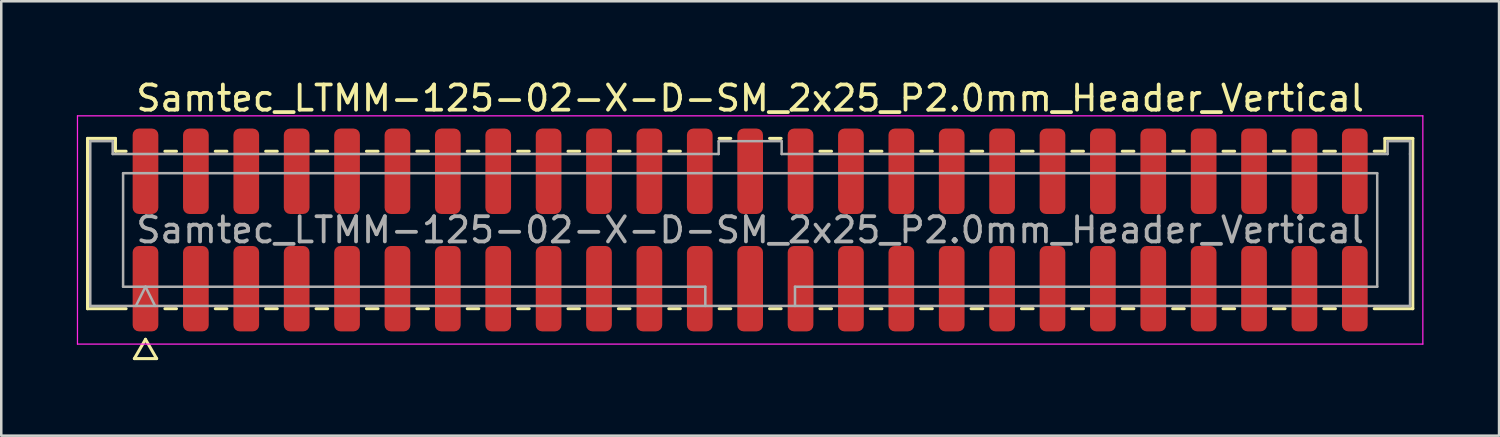
<source format=kicad_pcb>
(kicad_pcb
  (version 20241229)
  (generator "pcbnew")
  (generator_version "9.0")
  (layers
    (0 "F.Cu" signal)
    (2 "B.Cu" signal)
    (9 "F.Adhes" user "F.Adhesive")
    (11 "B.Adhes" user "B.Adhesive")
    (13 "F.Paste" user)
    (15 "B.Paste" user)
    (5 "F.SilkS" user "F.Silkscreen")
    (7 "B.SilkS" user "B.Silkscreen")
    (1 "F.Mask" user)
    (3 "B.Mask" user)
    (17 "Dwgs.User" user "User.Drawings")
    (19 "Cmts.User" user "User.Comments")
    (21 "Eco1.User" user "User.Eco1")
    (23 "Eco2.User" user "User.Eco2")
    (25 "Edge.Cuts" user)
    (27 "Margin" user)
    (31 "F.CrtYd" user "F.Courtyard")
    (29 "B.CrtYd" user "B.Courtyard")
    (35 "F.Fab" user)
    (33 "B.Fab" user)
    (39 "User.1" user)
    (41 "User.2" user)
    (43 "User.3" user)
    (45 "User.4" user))
  (footprint "Samtec_LTMM-125-02-X-D-SM_2x25_P2.0mm_Header_Vertical"
    (layer "F.Cu")
    (at 26.725 6.078)
    (property "Reference" "Samtec_LTMM-125-02-X-D-SM_2x25_P2.0mm_Header_Vertical" (at 0 -5.23 0) (layer "F.SilkS") (effects (font (size 1 1) (thickness 0.15))))
    (attr smd)
    (fp_line (start -26.302 -3.635) (end -25.192 -3.635) (stroke (width 0.12) (type solid)) (layer "F.SilkS"))
    (fp_line (start -26.302 3.125) (end -26.302 -3.635) (stroke (width 0.12) (type solid)) (layer "F.SilkS"))
    (fp_line (start -25.192 -3.635) (end -25.192 -3.125) (stroke (width 0.12) (type solid)) (layer "F.SilkS"))
    (fp_line (start -25.192 -3.125) (end -24.77 -3.125) (stroke (width 0.12) (type solid)) (layer "F.SilkS"))
    (fp_line (start -24.77 3.125) (end -26.302 3.125) (stroke (width 0.12) (type solid)) (layer "F.SilkS"))
    (fp_line (start -24.442 5.105) (end -24 4.34) (stroke (width 0.12) (type solid)) (layer "F.SilkS"))
    (fp_line (start -24 4.34) (end -23.558 5.105) (stroke (width 0.12) (type solid)) (layer "F.SilkS"))
    (fp_line (start -23.558 5.105) (end -24.442 5.105) (stroke (width 0.12) (type solid)) (layer "F.SilkS"))
    (fp_line (start -23.23 -3.125) (end -22.77 -3.125) (stroke (width 0.12) (type solid)) (layer "F.SilkS"))
    (fp_line (start -22.77 3.125) (end -23.23 3.125) (stroke (width 0.12) (type solid)) (layer "F.SilkS"))
    (fp_line (start -21.23 -3.125) (end -20.77 -3.125) (stroke (width 0.12) (type solid)) (layer "F.SilkS"))
    (fp_line (start -20.77 3.125) (end -21.23 3.125) (stroke (width 0.12) (type solid)) (layer "F.SilkS"))
    (fp_line (start -19.23 -3.125) (end -18.77 -3.125) (stroke (width 0.12) (type solid)) (layer "F.SilkS"))
    (fp_line (start -18.77 3.125) (end -19.23 3.125) (stroke (width 0.12) (type solid)) (layer "F.SilkS"))
    (fp_line (start -17.23 -3.125) (end -16.77 -3.125) (stroke (width 0.12) (type solid)) (layer "F.SilkS"))
    (fp_line (start -16.77 3.125) (end -17.23 3.125) (stroke (width 0.12) (type solid)) (layer "F.SilkS"))
    (fp_line (start -15.23 -3.125) (end -14.77 -3.125) (stroke (width 0.12) (type solid)) (layer "F.SilkS"))
    (fp_line (start -14.77 3.125) (end -15.23 3.125) (stroke (width 0.12) (type solid)) (layer "F.SilkS"))
    (fp_line (start -13.23 -3.125) (end -12.77 -3.125) (stroke (width 0.12) (type solid)) (layer "F.SilkS"))
    (fp_line (start -12.77 3.125) (end -13.23 3.125) (stroke (width 0.12) (type solid)) (layer "F.SilkS"))
    (fp_line (start -11.23 -3.125) (end -10.77 -3.125) (stroke (width 0.12) (type solid)) (layer "F.SilkS"))
    (fp_line (start -10.77 3.125) (end -11.23 3.125) (stroke (width 0.12) (type solid)) (layer "F.SilkS"))
    (fp_line (start -9.23 -3.125) (end -8.77 -3.125) (stroke (width 0.12) (type solid)) (layer "F.SilkS"))
    (fp_line (start -8.77 3.125) (end -9.23 3.125) (stroke (width 0.12) (type solid)) (layer "F.SilkS"))
    (fp_line (start -7.23 -3.125) (end -6.77 -3.125) (stroke (width 0.12) (type solid)) (layer "F.SilkS"))
    (fp_line (start -6.77 3.125) (end -7.23 3.125) (stroke (width 0.12) (type solid)) (layer "F.SilkS"))
    (fp_line (start -5.23 -3.125) (end -4.77 -3.125) (stroke (width 0.12) (type solid)) (layer "F.SilkS"))
    (fp_line (start -4.77 3.125) (end -5.23 3.125) (stroke (width 0.12) (type solid)) (layer "F.SilkS"))
    (fp_line (start -3.23 -3.125) (end -2.77 -3.125) (stroke (width 0.12) (type solid)) (layer "F.SilkS"))
    (fp_line (start -2.77 3.125) (end -3.23 3.125) (stroke (width 0.12) (type solid)) (layer "F.SilkS"))
    (fp_line (start -1.23 -3.635) (end -0.77 -3.635) (stroke (width 0.12) (type solid)) (layer "F.SilkS"))
    (fp_line (start -0.77 3.125) (end -1.23 3.125) (stroke (width 0.12) (type solid)) (layer "F.SilkS"))
    (fp_line (start 0.77 -3.635) (end 1.23 -3.635) (stroke (width 0.12) (type solid)) (layer "F.SilkS"))
    (fp_line (start 1.23 3.125) (end 0.77 3.125) (stroke (width 0.12) (type solid)) (layer "F.SilkS"))
    (fp_line (start 2.77 -3.125) (end 3.23 -3.125) (stroke (width 0.12) (type solid)) (layer "F.SilkS"))
    (fp_line (start 3.23 3.125) (end 2.77 3.125) (stroke (width 0.12) (type solid)) (layer "F.SilkS"))
    (fp_line (start 4.77 -3.125) (end 5.23 -3.125) (stroke (width 0.12) (type solid)) (layer "F.SilkS"))
    (fp_line (start 5.23 3.125) (end 4.77 3.125) (stroke (width 0.12) (type solid)) (layer "F.SilkS"))
    (fp_line (start 6.77 -3.125) (end 7.23 -3.125) (stroke (width 0.12) (type solid)) (layer "F.SilkS"))
    (fp_line (start 7.23 3.125) (end 6.77 3.125) (stroke (width 0.12) (type solid)) (layer "F.SilkS"))
    (fp_line (start 8.77 -3.125) (end 9.23 -3.125) (stroke (width 0.12) (type solid)) (layer "F.SilkS"))
    (fp_line (start 9.23 3.125) (end 8.77 3.125) (stroke (width 0.12) (type solid)) (layer "F.SilkS"))
    (fp_line (start 10.77 -3.125) (end 11.23 -3.125) (stroke (width 0.12) (type solid)) (layer "F.SilkS"))
    (fp_line (start 11.23 3.125) (end 10.77 3.125) (stroke (width 0.12) (type solid)) (layer "F.SilkS"))
    (fp_line (start 12.77 -3.125) (end 13.23 -3.125) (stroke (width 0.12) (type solid)) (layer "F.SilkS"))
    (fp_line (start 13.23 3.125) (end 12.77 3.125) (stroke (width 0.12) (type solid)) (layer "F.SilkS"))
    (fp_line (start 14.77 -3.125) (end 15.23 -3.125) (stroke (width 0.12) (type solid)) (layer "F.SilkS"))
    (fp_line (start 15.23 3.125) (end 14.77 3.125) (stroke (width 0.12) (type solid)) (layer "F.SilkS"))
    (fp_line (start 16.77 -3.125) (end 17.23 -3.125) (stroke (width 0.12) (type solid)) (layer "F.SilkS"))
    (fp_line (start 17.23 3.125) (end 16.77 3.125) (stroke (width 0.12) (type solid)) (layer "F.SilkS"))
    (fp_line (start 18.77 -3.125) (end 19.23 -3.125) (stroke (width 0.12) (type solid)) (layer "F.SilkS"))
    (fp_line (start 19.23 3.125) (end 18.77 3.125) (stroke (width 0.12) (type solid)) (layer "F.SilkS"))
    (fp_line (start 20.77 -3.125) (end 21.23 -3.125) (stroke (width 0.12) (type solid)) (layer "F.SilkS"))
    (fp_line (start 21.23 3.125) (end 20.77 3.125) (stroke (width 0.12) (type solid)) (layer "F.SilkS"))
    (fp_line (start 22.77 -3.125) (end 23.23 -3.125) (stroke (width 0.12) (type solid)) (layer "F.SilkS"))
    (fp_line (start 23.23 3.125) (end 22.77 3.125) (stroke (width 0.12) (type solid)) (layer "F.SilkS"))
    (fp_line (start 24.77 -3.125) (end 25.192 -3.125) (stroke (width 0.12) (type solid)) (layer "F.SilkS"))
    (fp_line (start 25.192 -3.635) (end 26.302 -3.635) (stroke (width 0.12) (type solid)) (layer "F.SilkS"))
    (fp_line (start 25.192 -3.125) (end 25.192 -3.635) (stroke (width 0.12) (type solid)) (layer "F.SilkS"))
    (fp_line (start 26.302 -3.635) (end 26.302 3.125) (stroke (width 0.12) (type solid)) (layer "F.SilkS"))
    (fp_line (start 26.302 3.125) (end 24.77 3.125) (stroke (width 0.12) (type solid)) (layer "F.SilkS"))
    (fp_line (start -26.7 -4.53) (end -26.7 4.53) (stroke (width 0.05) (type solid)) (layer "F.CrtYd"))
    (fp_line (start -26.7 4.53) (end 26.7 4.53) (stroke (width 0.05) (type solid)) (layer "F.CrtYd"))
    (fp_line (start 26.7 -4.53) (end -26.7 -4.53) (stroke (width 0.05) (type solid)) (layer "F.CrtYd"))
    (fp_line (start 26.7 4.53) (end 26.7 -4.53) (stroke (width 0.05) (type solid)) (layer "F.CrtYd"))
    (fp_line (start -26.192 -3.525) (end -25.302 -3.525) (stroke (width 0.1) (type solid)) (layer "F.Fab"))
    (fp_line (start -26.192 3.015) (end -26.192 -3.525) (stroke (width 0.1) (type solid)) (layer "F.Fab"))
    (fp_line (start -25.302 -3.525) (end -25.302 -3.015) (stroke (width 0.1) (type solid)) (layer "F.Fab"))
    (fp_line (start -25.302 -3.015) (end -1.25 -3.015) (stroke (width 0.1) (type solid)) (layer "F.Fab"))
    (fp_line (start -24.889 -2.253) (end 24.889 -2.253) (stroke (width 0.1) (type solid)) (layer "F.Fab"))
    (fp_line (start -24.889 2.253) (end -24.889 -2.253) (stroke (width 0.1) (type solid)) (layer "F.Fab"))
    (fp_line (start -24.381 3.015) (end -24 2.253) (stroke (width 0.1) (type solid)) (layer "F.Fab"))
    (fp_line (start -24 2.253) (end -23.619 3.015) (stroke (width 0.1) (type solid)) (layer "F.Fab"))
    (fp_line (start -1.78 2.253) (end -24.889 2.253) (stroke (width 0.1) (type solid)) (layer "F.Fab"))
    (fp_line (start -1.78 3.015) (end -1.78 2.253) (stroke (width 0.1) (type solid)) (layer "F.Fab"))
    (fp_line (start -1.25 -3.525) (end 1.25 -3.525) (stroke (width 0.1) (type solid)) (layer "F.Fab"))
    (fp_line (start -1.25 -3.015) (end -1.25 -3.525) (stroke (width 0.1) (type solid)) (layer "F.Fab"))
    (fp_line (start 1.25 -3.525) (end 1.25 -3.015) (stroke (width 0.1) (type solid)) (layer "F.Fab"))
    (fp_line (start 1.25 -3.015) (end 25.302 -3.015) (stroke (width 0.1) (type solid)) (layer "F.Fab"))
    (fp_line (start 1.78 2.253) (end 1.78 3.015) (stroke (width 0.1) (type solid)) (layer "F.Fab"))
    (fp_line (start 24.889 -2.253) (end 24.889 2.253) (stroke (width 0.1) (type solid)) (layer "F.Fab"))
    (fp_line (start 24.889 2.253) (end 1.78 2.253) (stroke (width 0.1) (type solid)) (layer "F.Fab"))
    (fp_line (start 25.302 -3.525) (end 26.192 -3.525) (stroke (width 0.1) (type solid)) (layer "F.Fab"))
    (fp_line (start 25.302 -3.015) (end 25.302 -3.525) (stroke (width 0.1) (type solid)) (layer "F.Fab"))
    (fp_line (start 26.192 -3.525) (end 26.192 -3.015) (stroke (width 0.1) (type solid)) (layer "F.Fab"))
    (fp_line (start 26.192 -3.015) (end 26.192 3.015) (stroke (width 0.1) (type solid)) (layer "F.Fab"))
    (fp_line (start 26.192 3.015) (end -26.192 3.015) (stroke (width 0.1) (type solid)) (layer "F.Fab"))
    (fp_text user "${REFERENCE}" (at 0 0 0) (layer "F.Fab") (effects (font (size 1 1) (thickness 0.15))))
    (pad "1" smd roundrect (at -24 2.33) (size 1.02 3.39) (layers "F.Cu" "F.Mask" "F.Paste") (roundrect_rratio 0.245))
    (pad "2" smd roundrect (at -24 -2.33) (size 1.02 3.39) (layers "F.Cu" "F.Mask" "F.Paste") (roundrect_rratio 0.245))
    (pad "3" smd roundrect (at -22 2.33) (size 1.02 3.39) (layers "F.Cu" "F.Mask" "F.Paste") (roundrect_rratio 0.245))
    (pad "4" smd roundrect (at -22 -2.33) (size 1.02 3.39) (layers "F.Cu" "F.Mask" "F.Paste") (roundrect_rratio 0.245))
    (pad "5" smd roundrect (at -20 2.33) (size 1.02 3.39) (layers "F.Cu" "F.Mask" "F.Paste") (roundrect_rratio 0.245))
    (pad "6" smd roundrect (at -20 -2.33) (size 1.02 3.39) (layers "F.Cu" "F.Mask" "F.Paste") (roundrect_rratio 0.245))
    (pad "7" smd roundrect (at -18 2.33) (size 1.02 3.39) (layers "F.Cu" "F.Mask" "F.Paste") (roundrect_rratio 0.245))
    (pad "8" smd roundrect (at -18 -2.33) (size 1.02 3.39) (layers "F.Cu" "F.Mask" "F.Paste") (roundrect_rratio 0.245))
    (pad "9" smd roundrect (at -16 2.33) (size 1.02 3.39) (layers "F.Cu" "F.Mask" "F.Paste") (roundrect_rratio 0.245))
    (pad "10" smd roundrect (at -16 -2.33) (size 1.02 3.39) (layers "F.Cu" "F.Mask" "F.Paste") (roundrect_rratio 0.245))
    (pad "11" smd roundrect (at -14 2.33) (size 1.02 3.39) (layers "F.Cu" "F.Mask" "F.Paste") (roundrect_rratio 0.245))
    (pad "12" smd roundrect (at -14 -2.33) (size 1.02 3.39) (layers "F.Cu" "F.Mask" "F.Paste") (roundrect_rratio 0.245))
    (pad "13" smd roundrect (at -12 2.33) (size 1.02 3.39) (layers "F.Cu" "F.Mask" "F.Paste") (roundrect_rratio 0.245))
    (pad "14" smd roundrect (at -12 -2.33) (size 1.02 3.39) (layers "F.Cu" "F.Mask" "F.Paste") (roundrect_rratio 0.245))
    (pad "15" smd roundrect (at -10 2.33) (size 1.02 3.39) (layers "F.Cu" "F.Mask" "F.Paste") (roundrect_rratio 0.245))
    (pad "16" smd roundrect (at -10 -2.33) (size 1.02 3.39) (layers "F.Cu" "F.Mask" "F.Paste") (roundrect_rratio 0.245))
    (pad "17" smd roundrect (at -8 2.33) (size 1.02 3.39) (layers "F.Cu" "F.Mask" "F.Paste") (roundrect_rratio 0.245))
    (pad "18" smd roundrect (at -8 -2.33) (size 1.02 3.39) (layers "F.Cu" "F.Mask" "F.Paste") (roundrect_rratio 0.245))
    (pad "19" smd roundrect (at -6 2.33) (size 1.02 3.39) (layers "F.Cu" "F.Mask" "F.Paste") (roundrect_rratio 0.245))
    (pad "20" smd roundrect (at -6 -2.33) (size 1.02 3.39) (layers "F.Cu" "F.Mask" "F.Paste") (roundrect_rratio 0.245))
    (pad "21" smd roundrect (at -4 2.33) (size 1.02 3.39) (layers "F.Cu" "F.Mask" "F.Paste") (roundrect_rratio 0.245))
    (pad "22" smd roundrect (at -4 -2.33) (size 1.02 3.39) (layers "F.Cu" "F.Mask" "F.Paste") (roundrect_rratio 0.245))
    (pad "23" smd roundrect (at -2 2.33) (size 1.02 3.39) (layers "F.Cu" "F.Mask" "F.Paste") (roundrect_rratio 0.245))
    (pad "24" smd roundrect (at -2 -2.33) (size 1.02 3.39) (layers "F.Cu" "F.Mask" "F.Paste") (roundrect_rratio 0.245))
    (pad "25" smd roundrect (at 0 2.33) (size 1.02 3.39) (layers "F.Cu" "F.Mask" "F.Paste") (roundrect_rratio 0.245))
    (pad "26" smd roundrect (at 0 -2.33) (size 1.02 3.39) (layers "F.Cu" "F.Mask" "F.Paste") (roundrect_rratio 0.245))
    (pad "27" smd roundrect (at 2 2.33) (size 1.02 3.39) (layers "F.Cu" "F.Mask" "F.Paste") (roundrect_rratio 0.245))
    (pad "28" smd roundrect (at 2 -2.33) (size 1.02 3.39) (layers "F.Cu" "F.Mask" "F.Paste") (roundrect_rratio 0.245))
    (pad "29" smd roundrect (at 4 2.33) (size 1.02 3.39) (layers "F.Cu" "F.Mask" "F.Paste") (roundrect_rratio 0.245))
    (pad "30" smd roundrect (at 4 -2.33) (size 1.02 3.39) (layers "F.Cu" "F.Mask" "F.Paste") (roundrect_rratio 0.245))
    (pad "31" smd roundrect (at 6 2.33) (size 1.02 3.39) (layers "F.Cu" "F.Mask" "F.Paste") (roundrect_rratio 0.245))
    (pad "32" smd roundrect (at 6 -2.33) (size 1.02 3.39) (layers "F.Cu" "F.Mask" "F.Paste") (roundrect_rratio 0.245))
    (pad "33" smd roundrect (at 8 2.33) (size 1.02 3.39) (layers "F.Cu" "F.Mask" "F.Paste") (roundrect_rratio 0.245))
    (pad "34" smd roundrect (at 8 -2.33) (size 1.02 3.39) (layers "F.Cu" "F.Mask" "F.Paste") (roundrect_rratio 0.245))
    (pad "35" smd roundrect (at 10 2.33) (size 1.02 3.39) (layers "F.Cu" "F.Mask" "F.Paste") (roundrect_rratio 0.245))
    (pad "36" smd roundrect (at 10 -2.33) (size 1.02 3.39) (layers "F.Cu" "F.Mask" "F.Paste") (roundrect_rratio 0.245))
    (pad "37" smd roundrect (at 12 2.33) (size 1.02 3.39) (layers "F.Cu" "F.Mask" "F.Paste") (roundrect_rratio 0.245))
    (pad "38" smd roundrect (at 12 -2.33) (size 1.02 3.39) (layers "F.Cu" "F.Mask" "F.Paste") (roundrect_rratio 0.245))
    (pad "39" smd roundrect (at 14 2.33) (size 1.02 3.39) (layers "F.Cu" "F.Mask" "F.Paste") (roundrect_rratio 0.245))
    (pad "40" smd roundrect (at 14 -2.33) (size 1.02 3.39) (layers "F.Cu" "F.Mask" "F.Paste") (roundrect_rratio 0.245))
    (pad "41" smd roundrect (at 16 2.33) (size 1.02 3.39) (layers "F.Cu" "F.Mask" "F.Paste") (roundrect_rratio 0.245))
    (pad "42" smd roundrect (at 16 -2.33) (size 1.02 3.39) (layers "F.Cu" "F.Mask" "F.Paste") (roundrect_rratio 0.245))
    (pad "43" smd roundrect (at 18 2.33) (size 1.02 3.39) (layers "F.Cu" "F.Mask" "F.Paste") (roundrect_rratio 0.245))
    (pad "44" smd roundrect (at 18 -2.33) (size 1.02 3.39) (layers "F.Cu" "F.Mask" "F.Paste") (roundrect_rratio 0.245))
    (pad "45" smd roundrect (at 20 2.33) (size 1.02 3.39) (layers "F.Cu" "F.Mask" "F.Paste") (roundrect_rratio 0.245))
    (pad "46" smd roundrect (at 20 -2.33) (size 1.02 3.39) (layers "F.Cu" "F.Mask" "F.Paste") (roundrect_rratio 0.245))
    (pad "47" smd roundrect (at 22 2.33) (size 1.02 3.39) (layers "F.Cu" "F.Mask" "F.Paste") (roundrect_rratio 0.245))
    (pad "48" smd roundrect (at 22 -2.33) (size 1.02 3.39) (layers "F.Cu" "F.Mask" "F.Paste") (roundrect_rratio 0.245))
    (pad "49" smd roundrect (at 24 2.33) (size 1.02 3.39) (layers "F.Cu" "F.Mask" "F.Paste") (roundrect_rratio 0.245))
    (pad "50" smd roundrect (at 24 -2.33) (size 1.02 3.39) (layers "F.Cu" "F.Mask" "F.Paste") (roundrect_rratio 0.245)))
  (gr_rect
    (start -3 -3)
    (end 56.45 14.243)
    (stroke (width 0.1) (type default))
    (fill no)
    (layer "Edge.Cuts")))
</source>
